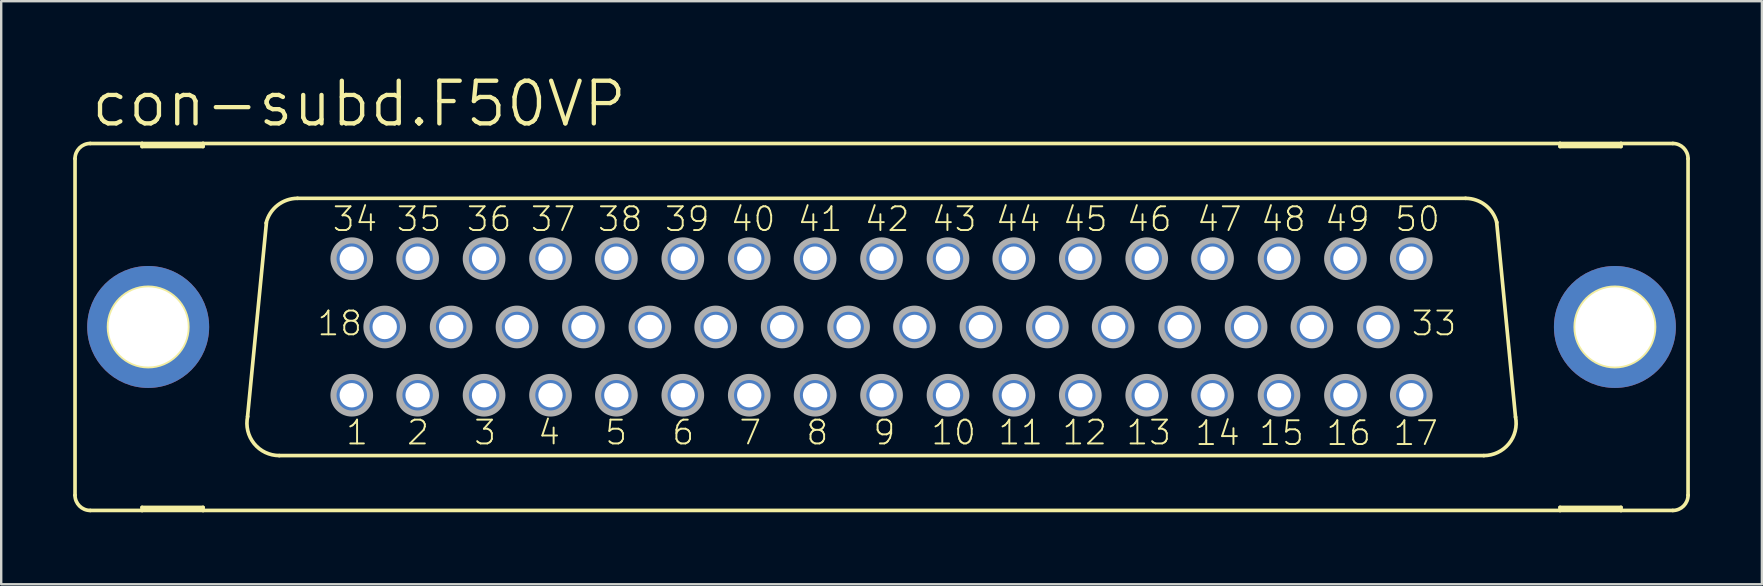
<source format=kicad_pcb>
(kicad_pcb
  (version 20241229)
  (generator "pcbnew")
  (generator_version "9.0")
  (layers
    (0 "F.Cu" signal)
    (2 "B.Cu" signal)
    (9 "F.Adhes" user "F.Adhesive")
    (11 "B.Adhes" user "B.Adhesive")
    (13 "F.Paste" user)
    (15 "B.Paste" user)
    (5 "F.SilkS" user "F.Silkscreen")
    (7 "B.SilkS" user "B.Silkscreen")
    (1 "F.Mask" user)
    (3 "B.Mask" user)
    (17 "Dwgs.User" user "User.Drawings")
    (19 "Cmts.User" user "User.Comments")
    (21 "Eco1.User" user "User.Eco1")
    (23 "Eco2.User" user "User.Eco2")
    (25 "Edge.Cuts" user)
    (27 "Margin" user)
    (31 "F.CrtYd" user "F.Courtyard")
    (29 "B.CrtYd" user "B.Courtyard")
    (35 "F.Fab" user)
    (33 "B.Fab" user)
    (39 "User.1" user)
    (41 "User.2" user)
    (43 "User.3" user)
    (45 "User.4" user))
  (footprint "con-subd.F50VP"
    (layer "F.Cu")
    (at 33.68 10.573)
    (property "Reference" "con-subd.F50VP" (at -33.02 -8.255 0) (layer "F.SilkS") (effects (font (size 1.778 1.778) (thickness 0.18)) (justify left bottom)))
    (attr through_hole)
    (fp_line (start -33.604 7.01) (end -33.604 -7.01) (stroke (width 0.152) (type default)) (layer "F.SilkS"))
    (fp_line (start -32.969 7.645) (end -30.81 7.645) (stroke (width 0.152) (type default)) (layer "F.SilkS"))
    (fp_line (start -30.81 -7.645) (end -32.969 -7.645) (stroke (width 0.152) (type default)) (layer "F.SilkS"))
    (fp_line (start -30.81 -7.518) (end -30.81 -7.645) (stroke (width 0.152) (type default)) (layer "F.SilkS"))
    (fp_line (start -30.81 7.518) (end -30.81 7.645) (stroke (width 0.152) (type default)) (layer "F.SilkS"))
    (fp_line (start -30.81 7.645) (end -28.27 7.645) (stroke (width 0.152) (type default)) (layer "F.SilkS"))
    (fp_line (start -28.27 -7.645) (end -30.81 -7.645) (stroke (width 0.152) (type default)) (layer "F.SilkS"))
    (fp_line (start -28.27 -7.645) (end -28.27 -7.518) (stroke (width 0.152) (type default)) (layer "F.SilkS"))
    (fp_line (start -28.27 -7.518) (end -30.81 -7.518) (stroke (width 0.152) (type default)) (layer "F.SilkS"))
    (fp_line (start -28.27 7.518) (end -30.81 7.518) (stroke (width 0.152) (type default)) (layer "F.SilkS"))
    (fp_line (start -28.27 7.645) (end -28.27 7.518) (stroke (width 0.152) (type default)) (layer "F.SilkS"))
    (fp_line (start -28.27 7.645) (end 28.27 7.645) (stroke (width 0.152) (type default)) (layer "F.SilkS"))
    (fp_line (start -26.416 3.734) (end -25.629 -4.343) (stroke (width 0.152) (type default)) (layer "F.SilkS"))
    (fp_line (start 24.333 -5.359) (end -24.333 -5.359) (stroke (width 0.152) (type default)) (layer "F.SilkS"))
    (fp_line (start 25.095 5.359) (end -25.095 5.359) (stroke (width 0.152) (type default)) (layer "F.SilkS"))
    (fp_line (start 25.629 -4.369) (end 26.416 3.759) (stroke (width 0.152) (type default)) (layer "F.SilkS"))
    (fp_line (start 28.27 -7.645) (end -28.27 -7.645) (stroke (width 0.152) (type default)) (layer "F.SilkS"))
    (fp_line (start 28.27 -7.518) (end 28.27 -7.645) (stroke (width 0.152) (type default)) (layer "F.SilkS"))
    (fp_line (start 28.27 7.518) (end 28.27 7.645) (stroke (width 0.152) (type default)) (layer "F.SilkS"))
    (fp_line (start 28.27 7.645) (end 30.81 7.645) (stroke (width 0.152) (type default)) (layer "F.SilkS"))
    (fp_line (start 30.81 -7.645) (end 28.27 -7.645) (stroke (width 0.152) (type default)) (layer "F.SilkS"))
    (fp_line (start 30.81 -7.645) (end 30.81 -7.518) (stroke (width 0.152) (type default)) (layer "F.SilkS"))
    (fp_line (start 30.81 -7.518) (end 28.27 -7.518) (stroke (width 0.152) (type default)) (layer "F.SilkS"))
    (fp_line (start 30.81 7.518) (end 28.27 7.518) (stroke (width 0.152) (type default)) (layer "F.SilkS"))
    (fp_line (start 30.81 7.645) (end 30.81 7.518) (stroke (width 0.152) (type default)) (layer "F.SilkS"))
    (fp_line (start 30.81 7.645) (end 32.969 7.645) (stroke (width 0.152) (type default)) (layer "F.SilkS"))
    (fp_line (start 32.969 -7.645) (end 30.81 -7.645) (stroke (width 0.152) (type default)) (layer "F.SilkS"))
    (fp_line (start 33.604 7.01) (end 33.604 -7.01) (stroke (width 0.152) (type default)) (layer "F.SilkS"))
    (fp_arc (start -33.6042 -7.0104) (mid -33.418213 -7.459413) (end -32.9692 -7.6454) (stroke (width 0.1524) (type default)) (layer "F.SilkS"))
    (fp_arc (start -32.9692 7.6454) (mid -33.418213 7.459413) (end -33.6042 7.0104) (stroke (width 0.1524) (type default)) (layer "F.SilkS"))
    (fp_arc (start -25.6422 -4.3274) (mid -25.166656 -5.070446) (end -24.3332 -5.3596) (stroke (width 0.1524) (type default)) (layer "F.SilkS"))
    (fp_arc (start -25.0952 5.3591) (mid -26.143577 4.85738) (end -26.4105 3.7262) (stroke (width 0.1524) (type default)) (layer "F.SilkS"))
    (fp_arc (start 24.3332 -5.3594) (mid 25.1567 -5.078146) (end 25.6361 -4.3519) (stroke (width 0.1524) (type default)) (layer "F.SilkS"))
    (fp_arc (start 26.4153 3.7492) (mid 26.136282 4.866684) (end 25.0952 5.3594) (stroke (width 0.1524) (type default)) (layer "F.SilkS"))
    (fp_arc (start 32.9692 -7.6454) (mid 33.418213 -7.459413) (end 33.6042 -7.0104) (stroke (width 0.1524) (type default)) (layer "F.SilkS"))
    (fp_arc (start 33.6042 7.0104) (mid 33.418213 7.459413) (end 32.9692 7.6454) (stroke (width 0.1524) (type default)) (layer "F.SilkS"))
    (fp_circle (center -30.556 0) (end -28.905 0) (stroke (width 0.152) (type default)) (fill no) (layer "F.SilkS"))
    (fp_circle (center 30.556 0) (end 32.207 0) (stroke (width 0.152) (type default)) (fill no) (layer "F.SilkS"))
    (fp_circle (center -22.073 -2.845) (end -21.311 -2.845) (stroke (width 0.254) (type default)) (fill no) (layer "F.Fab"))
    (fp_circle (center -22.073 2.845) (end -21.311 2.845) (stroke (width 0.254) (type default)) (fill no) (layer "F.Fab"))
    (fp_circle (center -20.701 0) (end -19.939 0) (stroke (width 0.254) (type default)) (fill no) (layer "F.Fab"))
    (fp_circle (center -19.329 -2.845) (end -18.567 -2.845) (stroke (width 0.254) (type default)) (fill no) (layer "F.Fab"))
    (fp_circle (center -19.329 2.845) (end -18.567 2.845) (stroke (width 0.254) (type default)) (fill no) (layer "F.Fab"))
    (fp_circle (center -17.932 0) (end -17.17 0) (stroke (width 0.254) (type default)) (fill no) (layer "F.Fab"))
    (fp_circle (center -16.561 -2.845) (end -15.799 -2.845) (stroke (width 0.254) (type default)) (fill no) (layer "F.Fab"))
    (fp_circle (center -16.561 2.845) (end -15.799 2.845) (stroke (width 0.254) (type default)) (fill no) (layer "F.Fab"))
    (fp_circle (center -15.189 0) (end -14.427 0) (stroke (width 0.254) (type default)) (fill no) (layer "F.Fab"))
    (fp_circle (center -13.792 -2.845) (end -13.03 -2.845) (stroke (width 0.254) (type default)) (fill no) (layer "F.Fab"))
    (fp_circle (center -13.792 2.845) (end -13.03 2.845) (stroke (width 0.254) (type default)) (fill no) (layer "F.Fab"))
    (fp_circle (center -12.421 0) (end -11.659 0) (stroke (width 0.254) (type default)) (fill no) (layer "F.Fab"))
    (fp_circle (center -11.049 -2.845) (end -10.287 -2.845) (stroke (width 0.254) (type default)) (fill no) (layer "F.Fab"))
    (fp_circle (center -11.049 2.845) (end -10.287 2.845) (stroke (width 0.254) (type default)) (fill no) (layer "F.Fab"))
    (fp_circle (center -9.652 0) (end -8.89 0) (stroke (width 0.254) (type default)) (fill no) (layer "F.Fab"))
    (fp_circle (center -8.28 -2.845) (end -7.518 -2.845) (stroke (width 0.254) (type default)) (fill no) (layer "F.Fab"))
    (fp_circle (center -8.28 2.845) (end -7.518 2.845) (stroke (width 0.254) (type default)) (fill no) (layer "F.Fab"))
    (fp_circle (center -6.909 0) (end -6.147 0) (stroke (width 0.254) (type default)) (fill no) (layer "F.Fab"))
    (fp_circle (center -5.512 -2.845) (end -4.75 -2.845) (stroke (width 0.254) (type default)) (fill no) (layer "F.Fab"))
    (fp_circle (center -5.512 2.845) (end -4.75 2.845) (stroke (width 0.254) (type default)) (fill no) (layer "F.Fab"))
    (fp_circle (center -4.14 0) (end -3.378 0) (stroke (width 0.254) (type default)) (fill no) (layer "F.Fab"))
    (fp_circle (center -2.769 -2.845) (end -2.007 -2.845) (stroke (width 0.254) (type default)) (fill no) (layer "F.Fab"))
    (fp_circle (center -2.769 2.845) (end -2.007 2.845) (stroke (width 0.254) (type default)) (fill no) (layer "F.Fab"))
    (fp_circle (center -1.372 0) (end -0.61 0) (stroke (width 0.254) (type default)) (fill no) (layer "F.Fab"))
    (fp_circle (center 0 -2.845) (end 0.762 -2.845) (stroke (width 0.254) (type default)) (fill no) (layer "F.Fab"))
    (fp_circle (center 0 2.845) (end 0.762 2.845) (stroke (width 0.254) (type default)) (fill no) (layer "F.Fab"))
    (fp_circle (center 1.372 0) (end 2.134 0) (stroke (width 0.254) (type default)) (fill no) (layer "F.Fab"))
    (fp_circle (center 2.769 -2.845) (end 3.531 -2.845) (stroke (width 0.254) (type default)) (fill no) (layer "F.Fab"))
    (fp_circle (center 2.769 2.845) (end 3.531 2.845) (stroke (width 0.254) (type default)) (fill no) (layer "F.Fab"))
    (fp_circle (center 4.14 0) (end 4.902 0) (stroke (width 0.254) (type default)) (fill no) (layer "F.Fab"))
    (fp_circle (center 5.512 -2.845) (end 6.274 -2.845) (stroke (width 0.254) (type default)) (fill no) (layer "F.Fab"))
    (fp_circle (center 5.512 2.845) (end 6.274 2.845) (stroke (width 0.254) (type default)) (fill no) (layer "F.Fab"))
    (fp_circle (center 6.909 0) (end 7.671 0) (stroke (width 0.254) (type default)) (fill no) (layer "F.Fab"))
    (fp_circle (center 8.28 -2.845) (end 9.042 -2.845) (stroke (width 0.254) (type default)) (fill no) (layer "F.Fab"))
    (fp_circle (center 8.28 2.845) (end 9.042 2.845) (stroke (width 0.254) (type default)) (fill no) (layer "F.Fab"))
    (fp_circle (center 9.652 0) (end 10.414 0) (stroke (width 0.254) (type default)) (fill no) (layer "F.Fab"))
    (fp_circle (center 11.049 -2.845) (end 11.811 -2.845) (stroke (width 0.254) (type default)) (fill no) (layer "F.Fab"))
    (fp_circle (center 11.049 2.845) (end 11.811 2.845) (stroke (width 0.254) (type default)) (fill no) (layer "F.Fab"))
    (fp_circle (center 12.421 0) (end 13.183 0) (stroke (width 0.254) (type default)) (fill no) (layer "F.Fab"))
    (fp_circle (center 13.792 -2.845) (end 14.554 -2.845) (stroke (width 0.254) (type default)) (fill no) (layer "F.Fab"))
    (fp_circle (center 13.792 2.845) (end 14.554 2.845) (stroke (width 0.254) (type default)) (fill no) (layer "F.Fab"))
    (fp_circle (center 15.189 0) (end 15.951 0) (stroke (width 0.254) (type default)) (fill no) (layer "F.Fab"))
    (fp_circle (center 16.561 -2.845) (end 17.323 -2.845) (stroke (width 0.254) (type default)) (fill no) (layer "F.Fab"))
    (fp_circle (center 16.561 2.845) (end 17.323 2.845) (stroke (width 0.254) (type default)) (fill no) (layer "F.Fab"))
    (fp_circle (center 17.932 0) (end 18.694 0) (stroke (width 0.254) (type default)) (fill no) (layer "F.Fab"))
    (fp_circle (center 19.329 -2.845) (end 20.091 -2.845) (stroke (width 0.254) (type default)) (fill no) (layer "F.Fab"))
    (fp_circle (center 19.329 2.845) (end 20.091 2.845) (stroke (width 0.254) (type default)) (fill no) (layer "F.Fab"))
    (fp_circle (center 20.701 0) (end 21.463 0) (stroke (width 0.254) (type default)) (fill no) (layer "F.Fab"))
    (fp_circle (center 22.073 -2.845) (end 22.835 -2.845) (stroke (width 0.254) (type default)) (fill no) (layer "F.Fab"))
    (fp_circle (center 22.073 2.845) (end 22.835 2.845) (stroke (width 0.254) (type default)) (fill no) (layer "F.Fab"))
    (fp_text user "41" (at -3.556 -3.912 0) (layer "F.SilkS") (effects (font (size 0.991 0.991) (thickness 0.08)) (justify left bottom)))
    (fp_text user "48" (at 15.748 -3.912 0) (layer "F.SilkS") (effects (font (size 0.991 0.991) (thickness 0.08)) (justify left bottom)))
    (fp_text user "7" (at -5.994 4.978 0) (layer "F.SilkS") (effects (font (size 0.991 0.991) (thickness 0.08)) (justify left bottom)))
    (fp_text user "39" (at -9.093 -3.912 0) (layer "F.SilkS") (effects (font (size 0.991 0.991) (thickness 0.08)) (justify left bottom)))
    (fp_text user "3" (at -17.043 4.978 0) (layer "F.SilkS") (effects (font (size 0.991 0.991) (thickness 0.08)) (justify left bottom)))
    (fp_text user "43" (at 2.032 -3.912 0) (layer "F.SilkS") (effects (font (size 0.991 0.991) (thickness 0.08)) (justify left bottom)))
    (fp_text user "11" (at 4.801 4.978 0) (layer "F.SilkS") (effects (font (size 0.991 0.991) (thickness 0.08)) (justify left bottom)))
    (fp_text user "38" (at -11.887 -3.912 0) (layer "F.SilkS") (effects (font (size 0.991 0.991) (thickness 0.08)) (justify left bottom)))
    (fp_text user "33" (at 22.022 0.432 0) (layer "F.SilkS") (effects (font (size 0.991 0.991) (thickness 0.08)) (justify left bottom)))
    (fp_text user "1" (at -22.377 4.978 0) (layer "F.SilkS") (effects (font (size 0.991 0.991) (thickness 0.08)) (justify left bottom)))
    (fp_text user "9" (at -0.406 4.978 0) (layer "F.SilkS") (effects (font (size 0.991 0.991) (thickness 0.08)) (justify left bottom)))
    (fp_text user "44" (at 4.699 -3.912 0) (layer "F.SilkS") (effects (font (size 0.991 0.991) (thickness 0.08)) (justify left bottom)))
    (fp_text user "4" (at -14.376 4.978 0) (layer "F.SilkS") (effects (font (size 0.991 0.991) (thickness 0.08)) (justify left bottom)))
    (fp_text user "35" (at -20.269 -3.912 0) (layer "F.SilkS") (effects (font (size 0.991 0.991) (thickness 0.08)) (justify left bottom)))
    (fp_text user "10" (at 2.007 4.978 0) (layer "F.SilkS") (effects (font (size 0.991 0.991) (thickness 0.08)) (justify left bottom)))
    (fp_text user "13" (at 10.135 4.978 0) (layer "F.SilkS") (effects (font (size 0.991 0.991) (thickness 0.08)) (justify left bottom)))
    (fp_text user "18" (at -23.571 0.432 0) (layer "F.SilkS") (effects (font (size 0.991 0.991) (thickness 0.08)) (justify left bottom)))
    (fp_text user "5" (at -11.582 4.978 0) (layer "F.SilkS") (effects (font (size 0.991 0.991) (thickness 0.08)) (justify left bottom)))
    (fp_text user "50" (at 21.336 -3.912 0) (layer "F.SilkS") (effects (font (size 0.991 0.991) (thickness 0.08)) (justify left bottom)))
    (fp_text user "40" (at -6.35 -3.912 0) (layer "F.SilkS") (effects (font (size 0.991 0.991) (thickness 0.08)) (justify left bottom)))
    (fp_text user "12" (at 7.468 4.978 0) (layer "F.SilkS") (effects (font (size 0.991 0.991) (thickness 0.08)) (justify left bottom)))
    (fp_text user "46" (at 10.16 -3.912 0) (layer "F.SilkS") (effects (font (size 0.991 0.991) (thickness 0.08)) (justify left bottom)))
    (fp_text user "2" (at -19.837 4.978 0) (layer "F.SilkS") (effects (font (size 0.991 0.991) (thickness 0.08)) (justify left bottom)))
    (fp_text user "49" (at 18.415 -3.912 0) (layer "F.SilkS") (effects (font (size 0.991 0.991) (thickness 0.08)) (justify left bottom)))
    (fp_text user "37" (at -14.681 -3.912 0) (layer "F.SilkS") (effects (font (size 0.991 0.991) (thickness 0.08)) (justify left bottom)))
    (fp_text user "42" (at -0.762 -3.912 0) (layer "F.SilkS") (effects (font (size 0.991 0.991) (thickness 0.08)) (justify left bottom)))
    (fp_text user "16" (at 18.466 5.004 0) (layer "F.SilkS") (effects (font (size 0.991 0.991) (thickness 0.08)) (justify left bottom)))
    (fp_text user "17" (at 21.26 5.004 0) (layer "F.SilkS") (effects (font (size 0.991 0.991) (thickness 0.08)) (justify left bottom)))
    (fp_text user "6" (at -8.788 4.978 0) (layer "F.SilkS") (effects (font (size 0.991 0.991) (thickness 0.08)) (justify left bottom)))
    (fp_text user "47" (at 13.081 -3.912 0) (layer "F.SilkS") (effects (font (size 0.991 0.991) (thickness 0.08)) (justify left bottom)))
    (fp_text user "14" (at 13.005 5.004 0) (layer "F.SilkS") (effects (font (size 0.991 0.991) (thickness 0.08)) (justify left bottom)))
    (fp_text user "15" (at 15.672 5.004 0) (layer "F.SilkS") (effects (font (size 0.991 0.991) (thickness 0.08)) (justify left bottom)))
    (fp_text user "34" (at -22.936 -3.912 0) (layer "F.SilkS") (effects (font (size 0.991 0.991) (thickness 0.08)) (justify left bottom)))
    (fp_text user "45" (at 7.493 -3.912 0) (layer "F.SilkS") (effects (font (size 0.991 0.991) (thickness 0.08)) (justify left bottom)))
    (fp_text user "8" (at -3.2 4.978 0) (layer "F.SilkS") (effects (font (size 0.991 0.991) (thickness 0.08)) (justify left bottom)))
    (fp_text user "36" (at -17.348 -3.912 0) (layer "F.SilkS") (effects (font (size 0.991 0.991) (thickness 0.08)) (justify left bottom)))
    (pad "1" thru_hole circle (at -22.073 2.845) (size 1.524 1.524) (drill 1.016) (layers "*.Cu" "*.Mask"))
    (pad "2" thru_hole circle (at -19.329 2.845) (size 1.524 1.524) (drill 1.016) (layers "*.Cu" "*.Mask"))
    (pad "3" thru_hole circle (at -16.561 2.845) (size 1.524 1.524) (drill 1.016) (layers "*.Cu" "*.Mask"))
    (pad "4" thru_hole circle (at -13.792 2.845) (size 1.524 1.524) (drill 1.016) (layers "*.Cu" "*.Mask"))
    (pad "5" thru_hole circle (at -11.049 2.845) (size 1.524 1.524) (drill 1.016) (layers "*.Cu" "*.Mask"))
    (pad "6" thru_hole circle (at -8.28 2.845) (size 1.524 1.524) (drill 1.016) (layers "*.Cu" "*.Mask"))
    (pad "7" thru_hole circle (at -5.512 2.845) (size 1.524 1.524) (drill 1.016) (layers "*.Cu" "*.Mask"))
    (pad "8" thru_hole circle (at -2.769 2.845) (size 1.524 1.524) (drill 1.016) (layers "*.Cu" "*.Mask"))
    (pad "9" thru_hole circle (at 0 2.845) (size 1.524 1.524) (drill 1.016) (layers "*.Cu" "*.Mask"))
    (pad "10" thru_hole circle (at 2.769 2.845) (size 1.524 1.524) (drill 1.016) (layers "*.Cu" "*.Mask"))
    (pad "11" thru_hole circle (at 5.512 2.845) (size 1.524 1.524) (drill 1.016) (layers "*.Cu" "*.Mask"))
    (pad "12" thru_hole circle (at 8.28 2.845) (size 1.524 1.524) (drill 1.016) (layers "*.Cu" "*.Mask"))
    (pad "13" thru_hole circle (at 11.049 2.845) (size 1.524 1.524) (drill 1.016) (layers "*.Cu" "*.Mask"))
    (pad "14" thru_hole circle (at 13.792 2.845) (size 1.524 1.524) (drill 1.016) (layers "*.Cu" "*.Mask"))
    (pad "15" thru_hole circle (at 16.561 2.845) (size 1.524 1.524) (drill 1.016) (layers "*.Cu" "*.Mask"))
    (pad "16" thru_hole circle (at 19.329 2.845) (size 1.524 1.524) (drill 1.016) (layers "*.Cu" "*.Mask"))
    (pad "17" thru_hole circle (at 22.073 2.845) (size 1.524 1.524) (drill 1.016) (layers "*.Cu" "*.Mask"))
    (pad "18" thru_hole circle (at -20.701 0) (size 1.524 1.524) (drill 1.016) (layers "*.Cu" "*.Mask"))
    (pad "19" thru_hole circle (at -17.932 0) (size 1.524 1.524) (drill 1.016) (layers "*.Cu" "*.Mask"))
    (pad "20" thru_hole circle (at -15.189 0) (size 1.524 1.524) (drill 1.016) (layers "*.Cu" "*.Mask"))
    (pad "21" thru_hole circle (at -12.421 0) (size 1.524 1.524) (drill 1.016) (layers "*.Cu" "*.Mask"))
    (pad "22" thru_hole circle (at -9.652 0) (size 1.524 1.524) (drill 1.016) (layers "*.Cu" "*.Mask"))
    (pad "23" thru_hole circle (at -6.909 0) (size 1.524 1.524) (drill 1.016) (layers "*.Cu" "*.Mask"))
    (pad "24" thru_hole circle (at -4.14 0) (size 1.524 1.524) (drill 1.016) (layers "*.Cu" "*.Mask"))
    (pad "25" thru_hole circle (at -1.372 0) (size 1.524 1.524) (drill 1.016) (layers "*.Cu" "*.Mask"))
    (pad "26" thru_hole circle (at 1.372 0) (size 1.524 1.524) (drill 1.016) (layers "*.Cu" "*.Mask"))
    (pad "27" thru_hole circle (at 4.14 0) (size 1.524 1.524) (drill 1.016) (layers "*.Cu" "*.Mask"))
    (pad "28" thru_hole circle (at 6.909 0) (size 1.524 1.524) (drill 1.016) (layers "*.Cu" "*.Mask"))
    (pad "29" thru_hole circle (at 9.652 0) (size 1.524 1.524) (drill 1.016) (layers "*.Cu" "*.Mask"))
    (pad "30" thru_hole circle (at 12.421 0) (size 1.524 1.524) (drill 1.016) (layers "*.Cu" "*.Mask"))
    (pad "31" thru_hole circle (at 15.189 0) (size 1.524 1.524) (drill 1.016) (layers "*.Cu" "*.Mask"))
    (pad "32" thru_hole circle (at 17.932 0) (size 1.524 1.524) (drill 1.016) (layers "*.Cu" "*.Mask"))
    (pad "33" thru_hole circle (at 20.701 0) (size 1.524 1.524) (drill 1.016) (layers "*.Cu" "*.Mask"))
    (pad "34" thru_hole circle (at -22.073 -2.845) (size 1.524 1.524) (drill 1.016) (layers "*.Cu" "*.Mask"))
    (pad "35" thru_hole circle (at -19.329 -2.845) (size 1.524 1.524) (drill 1.016) (layers "*.Cu" "*.Mask"))
    (pad "36" thru_hole circle (at -16.561 -2.845) (size 1.524 1.524) (drill 1.016) (layers "*.Cu" "*.Mask"))
    (pad "37" thru_hole circle (at -13.792 -2.845) (size 1.524 1.524) (drill 1.016) (layers "*.Cu" "*.Mask"))
    (pad "38" thru_hole circle (at -11.049 -2.845) (size 1.524 1.524) (drill 1.016) (layers "*.Cu" "*.Mask"))
    (pad "39" thru_hole circle (at -8.28 -2.845) (size 1.524 1.524) (drill 1.016) (layers "*.Cu" "*.Mask"))
    (pad "40" thru_hole circle (at -5.512 -2.845) (size 1.524 1.524) (drill 1.016) (layers "*.Cu" "*.Mask"))
    (pad "41" thru_hole circle (at -2.769 -2.845) (size 1.524 1.524) (drill 1.016) (layers "*.Cu" "*.Mask"))
    (pad "42" thru_hole circle (at 0 -2.845) (size 1.524 1.524) (drill 1.016) (layers "*.Cu" "*.Mask"))
    (pad "43" thru_hole circle (at 2.769 -2.845) (size 1.524 1.524) (drill 1.016) (layers "*.Cu" "*.Mask"))
    (pad "44" thru_hole circle (at 5.512 -2.845) (size 1.524 1.524) (drill 1.016) (layers "*.Cu" "*.Mask"))
    (pad "45" thru_hole circle (at 8.28 -2.845) (size 1.524 1.524) (drill 1.016) (layers "*.Cu" "*.Mask"))
    (pad "46" thru_hole circle (at 11.049 -2.845) (size 1.524 1.524) (drill 1.016) (layers "*.Cu" "*.Mask"))
    (pad "47" thru_hole circle (at 13.792 -2.845) (size 1.524 1.524) (drill 1.016) (layers "*.Cu" "*.Mask"))
    (pad "48" thru_hole circle (at 16.561 -2.845) (size 1.524 1.524) (drill 1.016) (layers "*.Cu" "*.Mask"))
    (pad "49" thru_hole circle (at 19.329 -2.845) (size 1.524 1.524) (drill 1.016) (layers "*.Cu" "*.Mask"))
    (pad "50" thru_hole circle (at 22.073 -2.845) (size 1.524 1.524) (drill 1.016) (layers "*.Cu" "*.Mask"))
    (pad "G1" thru_hole circle (at 30.556 0) (size 5.08 5.08) (drill 3.302) (layers "*.Cu" "*.Mask"))
    (pad "G2" thru_hole circle (at -30.556 0) (size 5.08 5.08) (drill 3.302) (layers "*.Cu" "*.Mask")))
  (gr_rect
    (start -3 -3)
    (end 70.361 21.295)
    (stroke (width 0.1) (type default))
    (fill no)
    (layer "Edge.Cuts")))
</source>
